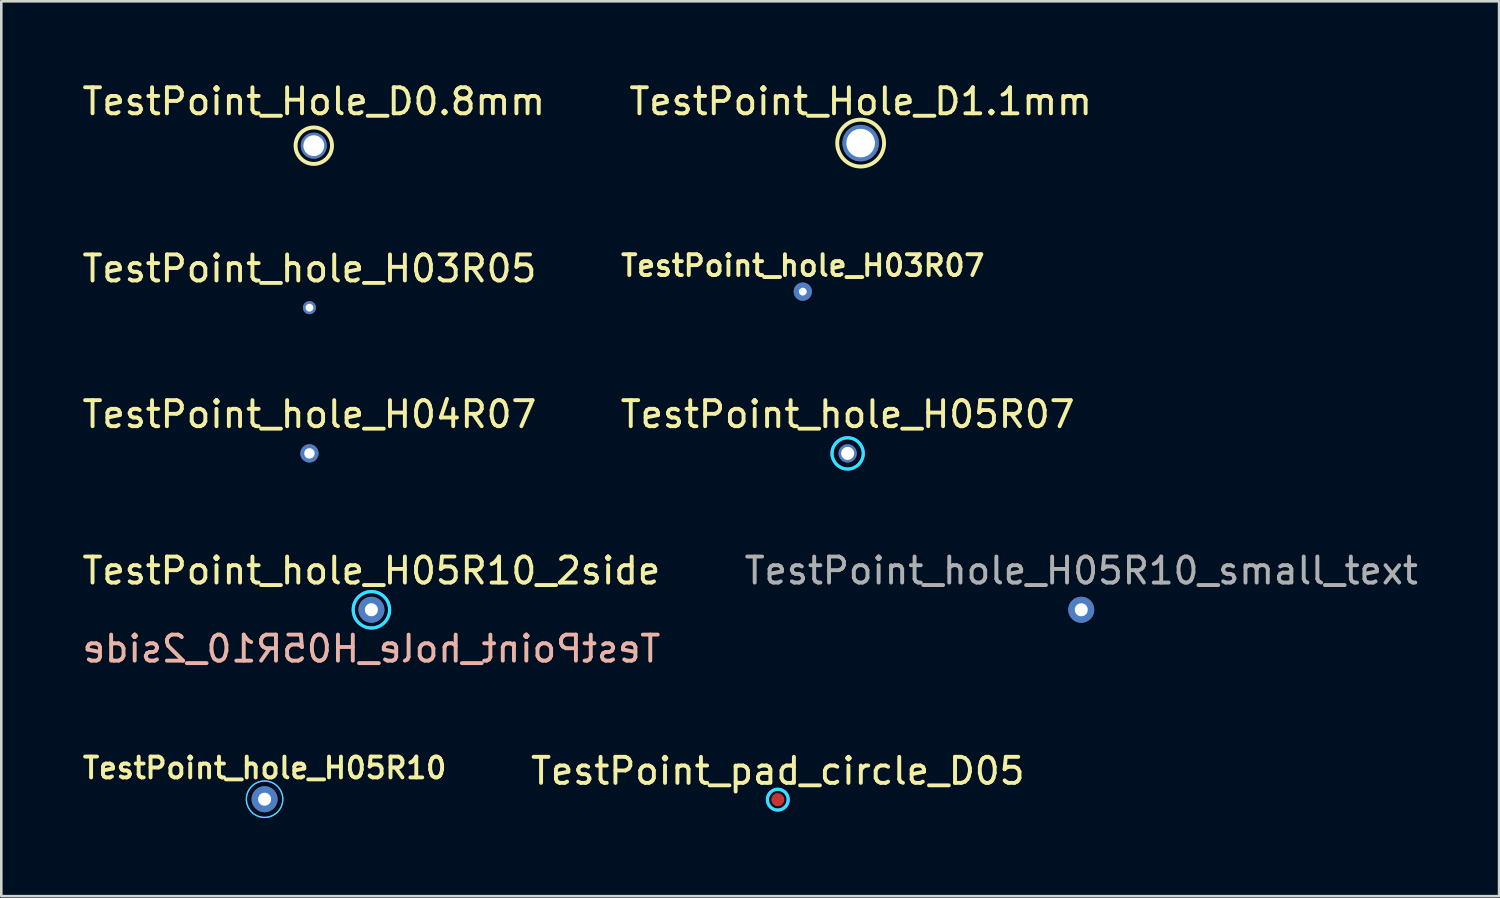
<source format=kicad_pcb>
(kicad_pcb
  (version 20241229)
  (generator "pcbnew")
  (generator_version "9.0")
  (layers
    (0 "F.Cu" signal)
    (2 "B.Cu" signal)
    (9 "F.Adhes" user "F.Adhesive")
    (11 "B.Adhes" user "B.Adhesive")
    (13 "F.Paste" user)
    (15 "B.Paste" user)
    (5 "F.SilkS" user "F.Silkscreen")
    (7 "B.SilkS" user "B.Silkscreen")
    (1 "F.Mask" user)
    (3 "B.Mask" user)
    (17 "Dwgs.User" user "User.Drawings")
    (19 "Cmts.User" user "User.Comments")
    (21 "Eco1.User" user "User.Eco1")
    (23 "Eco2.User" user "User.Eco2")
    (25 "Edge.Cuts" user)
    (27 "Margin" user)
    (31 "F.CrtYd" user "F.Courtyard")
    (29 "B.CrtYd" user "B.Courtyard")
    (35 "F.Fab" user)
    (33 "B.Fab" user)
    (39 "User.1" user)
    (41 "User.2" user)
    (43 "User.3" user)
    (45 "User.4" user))
  (footprint "TestPoint_Hole_D0.8mm"
    (layer "F.Cu")
    (at 9.006 2.548)
    (property "Reference" "TestPoint_Hole_D0.8mm" (at 0 -1.7 0) (layer "F.SilkS") (effects (font (size 1 1) (thickness 0.15))))
    (attr through_hole)
    (fp_circle (center 0 0) (end 0.7 0) (stroke (width 0.15) (type solid)) (fill no) (layer "F.SilkS"))
    (pad "1" thru_hole circle (at 0 0) (size 1 1) (drill 0.8) (layers "*.Cu" "*.Mask")))
  (footprint "TestPoint_hole_H03R05"
    (layer "F.Cu")
    (at 8.839 8.771)
    (property "Reference" "TestPoint_hole_H03R05" (at 0 -1.5 0) (layer "F.SilkS") (effects (font (size 1 1) (thickness 0.15))))
    (attr through_hole)
    (pad "1" thru_hole circle (at 0 0) (size 0.5 0.5) (drill 0.3) (layers "*.Cu" "*.Mask")))
  (footprint "TestPoint_hole_H03R07"
    (layer "F.Cu")
    (at 27.795 8.155)
    (property "Reference" "TestPoint_hole_H03R07" (at 0 -1 0) (layer "F.SilkS") (effects (font (size 0.8 0.8) (thickness 0.15))))
    (attr through_hole)
    (pad "1" thru_hole circle (at 0 0) (size 0.7 0.7) (drill 0.3) (layers "*.Cu" "*.Mask")))
  (footprint "TestPoint_hole_H05R10"
    (layer "F.Cu")
    (at 7.116 27.657)
    (property "Reference" "TestPoint_hole_H05R10" (at 0 -1.2 0) (layer "F.SilkS") (effects (font (size 0.8 0.8) (thickness 0.15))))
    (attr through_hole)
    (fp_circle (center 0 0) (end 0.7 0) (stroke (width 0.05) (type solid)) (fill no) (layer "B.CrtYd"))
    (fp_circle (center 0 0) (end 0.7 0) (stroke (width 0.05) (type solid)) (fill no) (layer "F.CrtYd"))
    (pad "1" thru_hole circle (at 0 0) (size 1 1) (drill 0.5) (layers "*.Cu" "*.Mask")))
  (footprint "TestPoint_hole_H05R10_2side"
    (layer "F.Cu")
    (at 11.22 20.378)
    (property "Reference" "TestPoint_hole_H05R10_2side" (at 0 -1.5 0) (layer "F.SilkS") (effects (font (size 1 1) (thickness 0.15))))
    (property "Value" "TestPoint_hole_H05R10_2side" (at 0 1.5 0) (layer "F.SilkS") (hide yes) (effects (font (size 1 1) (thickness 0.15))))
    (attr through_hole)
    (fp_circle (center 0 0) (end 0.7 0) (stroke (width 0.12) (type solid)) (fill no) (layer "B.CrtYd"))
    (fp_circle (center 0 0) (end 0.7 0) (stroke (width 0.12) (type solid)) (fill no) (layer "F.CrtYd"))
    (fp_text user "${VALUE}" (at 0 1.5 0) (layer "B.SilkS") (effects (font (size 1 1) (thickness 0.15)) (justify mirror)))
    (pad "1" thru_hole circle (at 0 0) (size 1 1) (drill 0.5) (layers "*.Cu" "*.Mask")))
  (footprint "TestPoint_Hole_D1.1mm"
    (layer "F.Cu")
    (at 30.018 2.448)
    (property "Reference" "TestPoint_Hole_D1.1mm" (at 0 -1.6 0) (layer "F.SilkS") (effects (font (size 1 1) (thickness 0.15))))
    (attr through_hole)
    (fp_circle (center 0 0) (end 0.9 0) (stroke (width 0.15) (type solid)) (fill no) (layer "F.SilkS"))
    (pad "1" thru_hole circle (at 0 0) (size 1.4 1.4) (drill 1.1) (layers "*.Cu" "*.Mask")))
  (footprint "TestPoint_pad_circle_D05"
    (layer "F.Cu")
    (at 26.834 27.674)
    (property "Reference" "TestPoint_pad_circle_D05" (at 0 -1.1 0) (layer "F.SilkS") (effects (font (size 1 1) (thickness 0.15))))
    (attr through_hole)
    (fp_circle (center 0 0) (end 0.4 0) (stroke (width 0.12) (type solid)) (fill no) (layer "B.CrtYd"))
    (fp_circle (center 0 0) (end 0.4 0) (stroke (width 0.12) (type solid)) (fill no) (layer "F.CrtYd"))
    (pad "1" smd circle (at 0 0) (size 0.5 0.5) (layers "F.Cu" "F.Mask" "F.Paste")))
  (footprint "TestPoint_hole_H05R10_small_text"
    (layer "F.Cu")
    (at 38.494 20.378)
    (property "Reference" "TestPoint_hole_H05R10_small_text" (at 0 -1.5 0) (layer "F.Fab") (effects (font (size 1 1) (thickness 0.15))))
    (attr through_hole)
    (pad "1" thru_hole circle (at 0 0) (size 1 1) (drill 0.5) (layers "*.Cu" "*.Mask")))
  (footprint "TestPoint_hole_H05R07"
    (layer "F.Cu")
    (at 29.518 14.37)
    (property "Reference" "TestPoint_hole_H05R07" (at 0 -1.5 0) (layer "F.SilkS") (effects (font (size 1 1) (thickness 0.15))))
    (attr through_hole)
    (fp_circle (center 0 0) (end 0.6 0) (stroke (width 0.12) (type solid)) (fill no) (layer "B.CrtYd"))
    (fp_circle (center 0 0) (end 0.6 0) (stroke (width 0.12) (type solid)) (fill no) (layer "F.CrtYd"))
    (pad "1" thru_hole circle (at 0 0) (size 0.7 0.7) (drill 0.5) (layers "*.Cu" "*.Mask")))
  (footprint "TestPoint_hole_H04R07"
    (layer "F.Cu")
    (at 8.839 14.37)
    (property "Reference" "TestPoint_hole_H04R07" (at 0 -1.5 0) (layer "F.SilkS") (effects (font (size 1 1) (thickness 0.15))))
    (attr through_hole)
    (pad "1" thru_hole circle (at 0 0) (size 0.7 0.7) (drill 0.4) (layers "*.Cu" "*.Mask")))
  (gr_rect
    (start -3 -3)
    (end 54.548 31.383)
    (stroke (width 0.1) (type default))
    (fill no)
    (layer "Edge.Cuts")))
</source>
